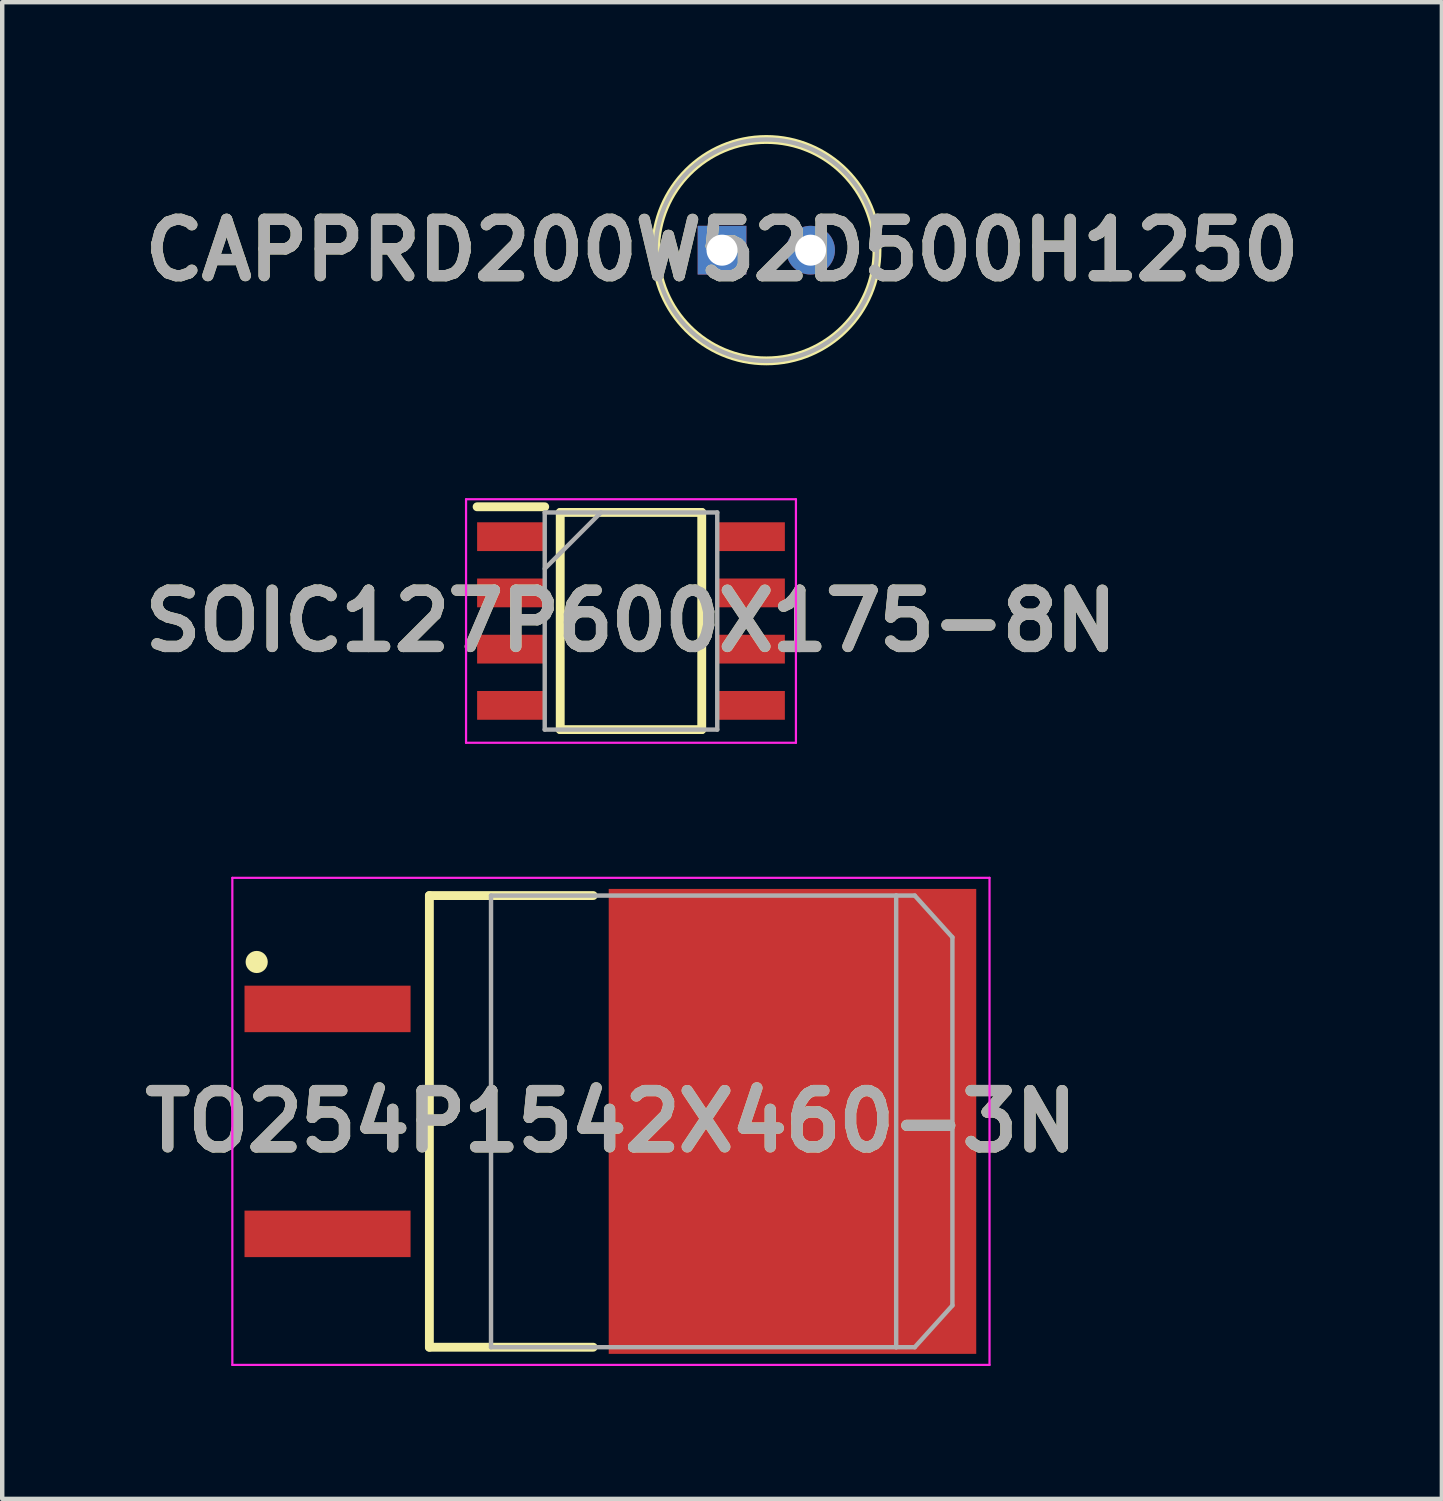
<source format=kicad_pcb>
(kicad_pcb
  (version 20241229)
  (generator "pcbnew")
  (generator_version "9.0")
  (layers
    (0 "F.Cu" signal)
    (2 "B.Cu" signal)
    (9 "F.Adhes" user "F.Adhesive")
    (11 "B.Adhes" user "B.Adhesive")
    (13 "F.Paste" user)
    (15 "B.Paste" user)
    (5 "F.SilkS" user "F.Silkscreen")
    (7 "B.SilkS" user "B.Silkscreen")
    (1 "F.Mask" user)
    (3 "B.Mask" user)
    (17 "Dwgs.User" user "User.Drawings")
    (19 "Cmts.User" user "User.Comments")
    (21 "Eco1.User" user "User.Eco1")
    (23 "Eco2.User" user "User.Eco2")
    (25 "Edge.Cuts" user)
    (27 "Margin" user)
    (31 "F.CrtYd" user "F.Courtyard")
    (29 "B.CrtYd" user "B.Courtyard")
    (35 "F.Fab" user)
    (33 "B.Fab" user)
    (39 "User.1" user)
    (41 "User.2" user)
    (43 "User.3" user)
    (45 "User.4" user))
  (footprint "TO254P1542X460-3N"
    (layer "F.Cu")
    (at 10.747 22.275)
    (property "Reference" "TO254P1542X460-3N" (at 0 0 0) (layer "F.SilkS") (effects (font (size 1.27 1.27) (thickness 0.254))))
    (attr smd)
    (fp_line (start -4.1 -5.1) (end -0.4 -5.1) (stroke (width 0.2) (type solid)) (layer "F.SilkS"))
    (fp_line (start -4.1 5.1) (end -4.1 -5.1) (stroke (width 0.2) (type solid)) (layer "F.SilkS"))
    (fp_line (start -0.4 5.1) (end -4.1 5.1) (stroke (width 0.2) (type solid)) (layer "F.SilkS"))
    (fp_circle (center -8 -3.6) (end -8 -3.475) (stroke (width 0.25) (type solid)) (fill no) (layer "F.SilkS"))
    (fp_line (start -8.55 -5.5) (end -8.55 5.5) (stroke (width 0.05) (type solid)) (layer "F.CrtYd"))
    (fp_line (start -8.55 5.5) (end 8.55 5.5) (stroke (width 0.05) (type solid)) (layer "F.CrtYd"))
    (fp_line (start -2.808 -5.2) (end -2.808 5.2) (stroke (width 0.001) (type solid)) (layer "F.CrtYd"))
    (fp_line (start -2.808 5.2) (end 6.542 5.2) (stroke (width 0.001) (type solid)) (layer "F.CrtYd"))
    (fp_line (start 6.542 -5.2) (end -2.808 -5.2) (stroke (width 0.001) (type solid)) (layer "F.CrtYd"))
    (fp_line (start 6.542 5.2) (end 6.542 -5.2) (stroke (width 0.001) (type solid)) (layer "F.CrtYd"))
    (fp_line (start 8.55 -5.5) (end -8.55 -5.5) (stroke (width 0.05) (type solid)) (layer "F.CrtYd"))
    (fp_line (start 8.55 5.5) (end 8.55 -5.5) (stroke (width 0.05) (type solid)) (layer "F.CrtYd"))
    (fp_line (start -2.708 -5.1) (end -2.708 5.1) (stroke (width 0.1) (type solid)) (layer "F.Fab"))
    (fp_line (start -2.708 5.1) (end 6.442 5.1) (stroke (width 0.1) (type solid)) (layer "F.Fab"))
    (fp_line (start 6.442 -5.1) (end -2.708 -5.1) (stroke (width 0.1) (type solid)) (layer "F.Fab"))
    (fp_line (start 6.442 5.1) (end 6.442 -5.1) (stroke (width 0.1) (type solid)) (layer "F.Fab"))
    (fp_line (start 6.442 5.1) (end 6.861 5.1) (stroke (width 0.1) (type solid)) (layer "F.Fab"))
    (fp_line (start 6.861 -5.1) (end 6.442 -5.1) (stroke (width 0.1) (type solid)) (layer "F.Fab"))
    (fp_line (start 6.861 5.1) (end 7.712 4.157) (stroke (width 0.1) (type solid)) (layer "F.Fab"))
    (fp_line (start 7.712 -4.157) (end 6.861 -5.1) (stroke (width 0.1) (type solid)) (layer "F.Fab"))
    (fp_line (start 7.712 4.157) (end 7.712 -4.157) (stroke (width 0.1) (type solid)) (layer "F.Fab"))
    (fp_text user "${REFERENCE}" (at 0 0 0) (layer "F.Fab") (effects (font (size 1.27 1.27) (thickness 0.254))))
    (pad "1" smd rect (at -6.4 -2.54 90) (size 1.05 3.75) (layers "F.Cu" "F.Mask" "F.Paste"))
    (pad "3" smd rect (at -6.4 2.54 90) (size 1.05 3.75) (layers "F.Cu" "F.Mask" "F.Paste"))
    (pad "4" smd rect (at 4.1 0) (size 8.3 10.5) (layers "F.Cu" "F.Mask" "F.Paste")))
  (footprint "SOIC127P600X175-8N"
    (layer "F.Cu")
    (at 11.2 10.975)
    (property "Reference" "SOIC127P600X175-8N" (at 0 0 0) (layer "F.SilkS") (effects (font (size 1.27 1.27) (thickness 0.254))))
    (attr smd)
    (fp_line (start -3.475 -2.58) (end -1.948 -2.58) (stroke (width 0.2) (type solid)) (layer "F.SilkS"))
    (fp_line (start -1.598 -2.452) (end 1.598 -2.452) (stroke (width 0.2) (type solid)) (layer "F.SilkS"))
    (fp_line (start -1.598 2.452) (end -1.598 -2.452) (stroke (width 0.2) (type solid)) (layer "F.SilkS"))
    (fp_line (start 1.598 -2.452) (end 1.598 2.452) (stroke (width 0.2) (type solid)) (layer "F.SilkS"))
    (fp_line (start 1.598 2.452) (end -1.598 2.452) (stroke (width 0.2) (type solid)) (layer "F.SilkS"))
    (fp_line (start -3.725 -2.75) (end 3.725 -2.75) (stroke (width 0.05) (type solid)) (layer "F.CrtYd"))
    (fp_line (start -3.725 2.75) (end -3.725 -2.75) (stroke (width 0.05) (type solid)) (layer "F.CrtYd"))
    (fp_line (start 3.725 -2.75) (end 3.725 2.75) (stroke (width 0.05) (type solid)) (layer "F.CrtYd"))
    (fp_line (start 3.725 2.75) (end -3.725 2.75) (stroke (width 0.05) (type solid)) (layer "F.CrtYd"))
    (fp_line (start -1.948 -2.452) (end 1.948 -2.452) (stroke (width 0.1) (type solid)) (layer "F.Fab"))
    (fp_line (start -1.948 -1.182) (end -0.678 -2.452) (stroke (width 0.1) (type solid)) (layer "F.Fab"))
    (fp_line (start -1.948 2.452) (end -1.948 -2.452) (stroke (width 0.1) (type solid)) (layer "F.Fab"))
    (fp_line (start 1.948 -2.452) (end 1.948 2.452) (stroke (width 0.1) (type solid)) (layer "F.Fab"))
    (fp_line (start 1.948 2.452) (end -1.948 2.452) (stroke (width 0.1) (type solid)) (layer "F.Fab"))
    (fp_text user "${REFERENCE}" (at 0 0 0) (layer "F.Fab") (effects (font (size 1.27 1.27) (thickness 0.254))))
    (pad "1" smd rect (at -2.711 -1.905 90) (size 0.65 1.528) (layers "F.Cu" "F.Mask" "F.Paste"))
    (pad "2" smd rect (at -2.711 -0.635 90) (size 0.65 1.528) (layers "F.Cu" "F.Mask" "F.Paste"))
    (pad "3" smd rect (at -2.711 0.635 90) (size 0.65 1.528) (layers "F.Cu" "F.Mask" "F.Paste"))
    (pad "4" smd rect (at -2.711 1.905 90) (size 0.65 1.528) (layers "F.Cu" "F.Mask" "F.Paste"))
    (pad "5" smd rect (at 2.711 1.905 90) (size 0.65 1.528) (layers "F.Cu" "F.Mask" "F.Paste"))
    (pad "6" smd rect (at 2.711 0.635 90) (size 0.65 1.528) (layers "F.Cu" "F.Mask" "F.Paste"))
    (pad "7" smd rect (at 2.711 -0.635 90) (size 0.65 1.528) (layers "F.Cu" "F.Mask" "F.Paste"))
    (pad "8" smd rect (at 2.711 -1.905 90) (size 0.65 1.528) (layers "F.Cu" "F.Mask" "F.Paste")))
  (footprint "CAPPRD200W52D500H1250"
    (layer "F.Cu")
    (at 13.256 2.6)
    (property "Reference" "CAPPRD200W52D500H1250" (at 0 0 0) (layer "F.SilkS") (effects (font (size 1.27 1.27) (thickness 0.254))))
    (attr through_hole)
    (fp_circle (center 1 0) (end 1 2.5) (stroke (width 0.2) (type solid)) (fill no) (layer "F.SilkS"))
    (fp_circle (center 1 0) (end 1 2.5) (stroke (width 0.1) (type solid)) (fill no) (layer "F.Fab"))
    (fp_text user "${REFERENCE}" (at 0 0 0) (layer "F.Fab") (effects (font (size 1.27 1.27) (thickness 0.254))))
    (pad "1" thru_hole rect (at 0 0) (size 1.1 1.1) (drill 0.7) (layers "*.Cu" "*.Mask"))
    (pad "2" thru_hole circle (at 2 0) (size 1.1 1.1) (drill 0.7) (layers "*.Cu" "*.Mask")))
  (gr_rect
    (start -3 -3)
    (end 29.513 30.8)
    (stroke (width 0.1) (type default))
    (fill no)
    (layer "Edge.Cuts")))
</source>
